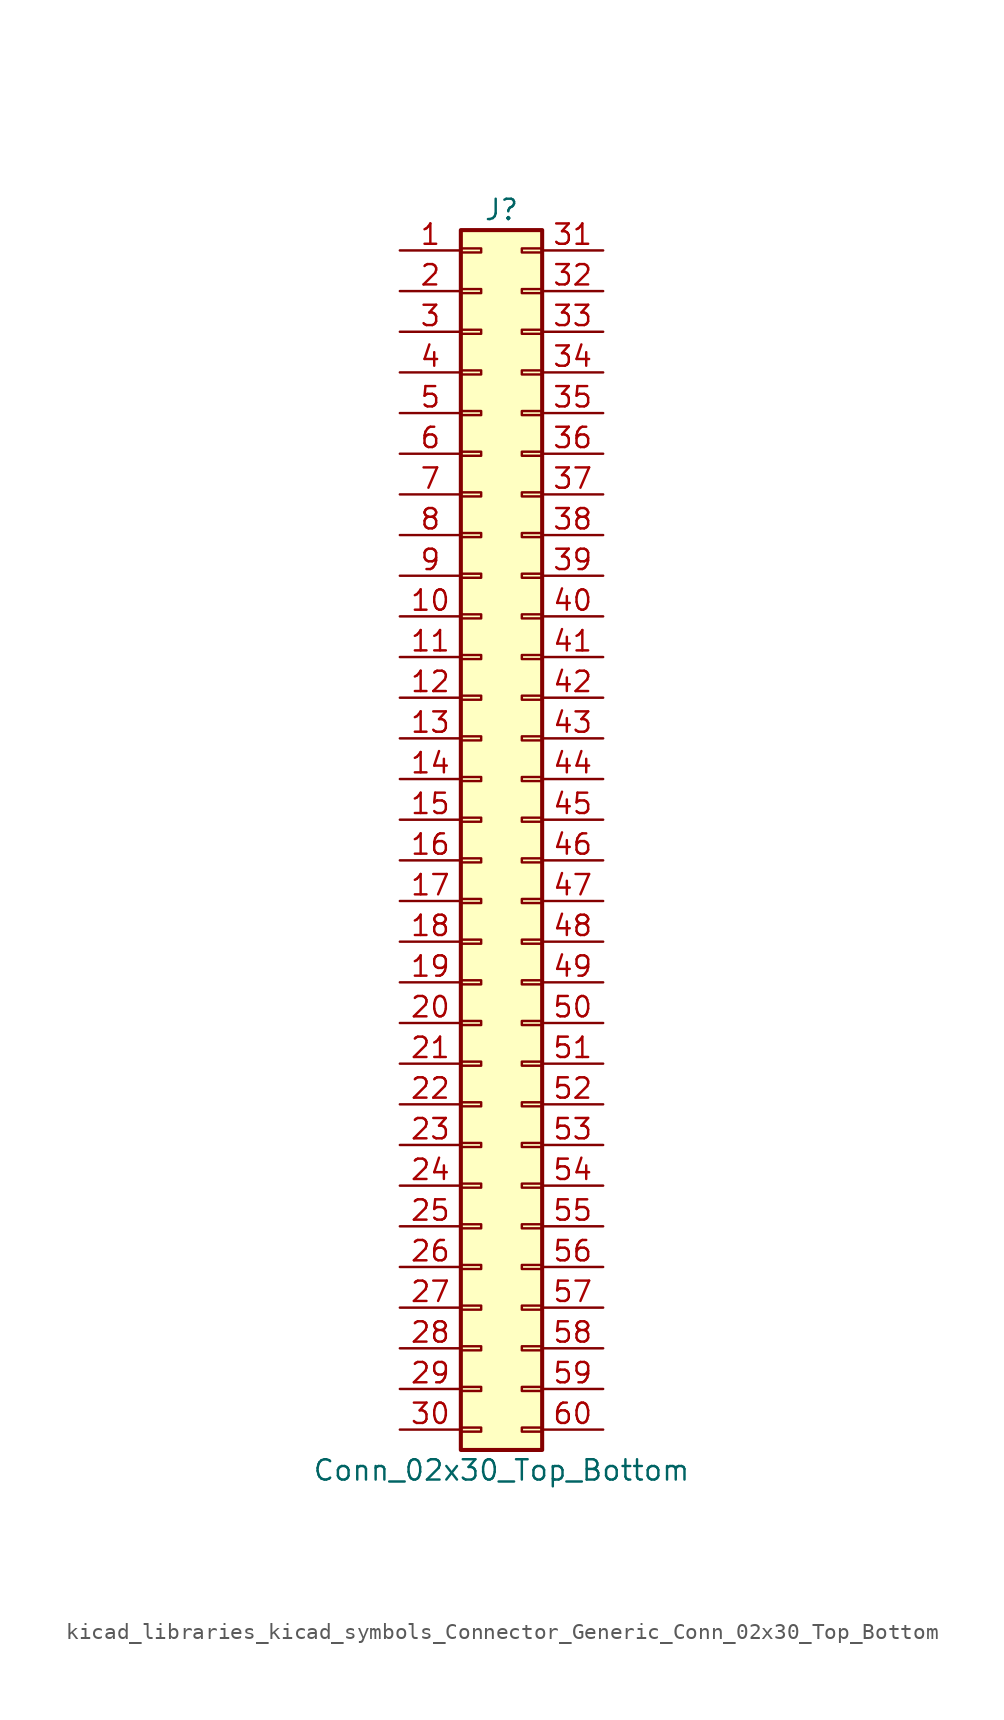
<source format=kicad_sym>
(kicad_symbol_lib
  (version 20220914)
  (generator kicad_symbol_editor)
  (symbol "kicad_libraries_kicad_symbols_Connector_Generic_Conn_02x30_Top_Bottom"
    (pin_names
      (offset 1.016) hide)
    (property "Reference" "J"
      (at 1.27 38.1 0)
      (effects (font (size 1.27 1.27))))
    (property "Value" "Conn_02x30_Top_Bottom"
      (at 1.27 -40.64 0)
      (effects (font (size 1.27 1.27))))
    (symbol "kicad_libraries_kicad_symbols_Connector_Generic_Conn_02x30_Top_Bottom_1_1"
      (rectangle (start -1.27 -37.973) (end 0 -38.227) (stroke (width 0.152) (type default)) (fill (type none)))
      (rectangle (start -1.27 -35.433) (end 0 -35.687) (stroke (width 0.152) (type default)) (fill (type none)))
      (rectangle (start -1.27 -32.893) (end 0 -33.147) (stroke (width 0.152) (type default)) (fill (type none)))
      (rectangle (start -1.27 -30.353) (end 0 -30.607) (stroke (width 0.152) (type default)) (fill (type none)))
      (rectangle (start -1.27 -27.813) (end 0 -28.067) (stroke (width 0.152) (type default)) (fill (type none)))
      (rectangle (start -1.27 -25.273) (end 0 -25.527) (stroke (width 0.152) (type default)) (fill (type none)))
      (rectangle (start -1.27 -22.733) (end 0 -22.987) (stroke (width 0.152) (type default)) (fill (type none)))
      (rectangle (start -1.27 -20.193) (end 0 -20.447) (stroke (width 0.152) (type default)) (fill (type none)))
      (rectangle (start -1.27 -17.653) (end 0 -17.907) (stroke (width 0.152) (type default)) (fill (type none)))
      (rectangle (start -1.27 -15.113) (end 0 -15.367) (stroke (width 0.152) (type default)) (fill (type none)))
      (rectangle (start -1.27 -12.573) (end 0 -12.827) (stroke (width 0.152) (type default)) (fill (type none)))
      (rectangle (start -1.27 -10.033) (end 0 -10.287) (stroke (width 0.152) (type default)) (fill (type none)))
      (rectangle (start -1.27 -7.493) (end 0 -7.747) (stroke (width 0.152) (type default)) (fill (type none)))
      (rectangle (start -1.27 -4.953) (end 0 -5.207) (stroke (width 0.152) (type default)) (fill (type none)))
      (rectangle (start -1.27 -2.413) (end 0 -2.667) (stroke (width 0.152) (type default)) (fill (type none)))
      (rectangle (start -1.27 0.127) (end 0 -0.127) (stroke (width 0.152) (type default)) (fill (type none)))
      (rectangle (start -1.27 2.667) (end 0 2.413) (stroke (width 0.152) (type default)) (fill (type none)))
      (rectangle (start -1.27 5.207) (end 0 4.953) (stroke (width 0.152) (type default)) (fill (type none)))
      (rectangle (start -1.27 7.747) (end 0 7.493) (stroke (width 0.152) (type default)) (fill (type none)))
      (rectangle (start -1.27 10.287) (end 0 10.033) (stroke (width 0.152) (type default)) (fill (type none)))
      (rectangle (start -1.27 12.827) (end 0 12.573) (stroke (width 0.152) (type default)) (fill (type none)))
      (rectangle (start -1.27 15.367) (end 0 15.113) (stroke (width 0.152) (type default)) (fill (type none)))
      (rectangle (start -1.27 17.907) (end 0 17.653) (stroke (width 0.152) (type default)) (fill (type none)))
      (rectangle (start -1.27 20.447) (end 0 20.193) (stroke (width 0.152) (type default)) (fill (type none)))
      (rectangle (start -1.27 22.987) (end 0 22.733) (stroke (width 0.152) (type default)) (fill (type none)))
      (rectangle (start -1.27 25.527) (end 0 25.273) (stroke (width 0.152) (type default)) (fill (type none)))
      (rectangle (start -1.27 28.067) (end 0 27.813) (stroke (width 0.152) (type default)) (fill (type none)))
      (rectangle (start -1.27 30.607) (end 0 30.353) (stroke (width 0.152) (type default)) (fill (type none)))
      (rectangle (start -1.27 33.147) (end 0 32.893) (stroke (width 0.152) (type default)) (fill (type none)))
      (rectangle (start -1.27 35.687) (end 0 35.433) (stroke (width 0.152) (type default)) (fill (type none)))
      (rectangle (start -1.27 36.83) (end 3.81 -39.37) (stroke (width 0.254) (type default)) (fill (type background)))
      (rectangle (start 3.81 -37.973) (end 2.54 -38.227) (stroke (width 0.152) (type default)) (fill (type none)))
      (rectangle (start 3.81 -35.433) (end 2.54 -35.687) (stroke (width 0.152) (type default)) (fill (type none)))
      (rectangle (start 3.81 -32.893) (end 2.54 -33.147) (stroke (width 0.152) (type default)) (fill (type none)))
      (rectangle (start 3.81 -30.353) (end 2.54 -30.607) (stroke (width 0.152) (type default)) (fill (type none)))
      (rectangle (start 3.81 -27.813) (end 2.54 -28.067) (stroke (width 0.152) (type default)) (fill (type none)))
      (rectangle (start 3.81 -25.273) (end 2.54 -25.527) (stroke (width 0.152) (type default)) (fill (type none)))
      (rectangle (start 3.81 -22.733) (end 2.54 -22.987) (stroke (width 0.152) (type default)) (fill (type none)))
      (rectangle (start 3.81 -20.193) (end 2.54 -20.447) (stroke (width 0.152) (type default)) (fill (type none)))
      (rectangle (start 3.81 -17.653) (end 2.54 -17.907) (stroke (width 0.152) (type default)) (fill (type none)))
      (rectangle (start 3.81 -15.113) (end 2.54 -15.367) (stroke (width 0.152) (type default)) (fill (type none)))
      (rectangle (start 3.81 -12.573) (end 2.54 -12.827) (stroke (width 0.152) (type default)) (fill (type none)))
      (rectangle (start 3.81 -10.033) (end 2.54 -10.287) (stroke (width 0.152) (type default)) (fill (type none)))
      (rectangle (start 3.81 -7.493) (end 2.54 -7.747) (stroke (width 0.152) (type default)) (fill (type none)))
      (rectangle (start 3.81 -4.953) (end 2.54 -5.207) (stroke (width 0.152) (type default)) (fill (type none)))
      (rectangle (start 3.81 -2.413) (end 2.54 -2.667) (stroke (width 0.152) (type default)) (fill (type none)))
      (rectangle (start 3.81 0.127) (end 2.54 -0.127) (stroke (width 0.152) (type default)) (fill (type none)))
      (rectangle (start 3.81 2.667) (end 2.54 2.413) (stroke (width 0.152) (type default)) (fill (type none)))
      (rectangle (start 3.81 5.207) (end 2.54 4.953) (stroke (width 0.152) (type default)) (fill (type none)))
      (rectangle (start 3.81 7.747) (end 2.54 7.493) (stroke (width 0.152) (type default)) (fill (type none)))
      (rectangle (start 3.81 10.287) (end 2.54 10.033) (stroke (width 0.152) (type default)) (fill (type none)))
      (rectangle (start 3.81 12.827) (end 2.54 12.573) (stroke (width 0.152) (type default)) (fill (type none)))
      (rectangle (start 3.81 15.367) (end 2.54 15.113) (stroke (width 0.152) (type default)) (fill (type none)))
      (rectangle (start 3.81 17.907) (end 2.54 17.653) (stroke (width 0.152) (type default)) (fill (type none)))
      (rectangle (start 3.81 20.447) (end 2.54 20.193) (stroke (width 0.152) (type default)) (fill (type none)))
      (rectangle (start 3.81 22.987) (end 2.54 22.733) (stroke (width 0.152) (type default)) (fill (type none)))
      (rectangle (start 3.81 25.527) (end 2.54 25.273) (stroke (width 0.152) (type default)) (fill (type none)))
      (rectangle (start 3.81 28.067) (end 2.54 27.813) (stroke (width 0.152) (type default)) (fill (type none)))
      (rectangle (start 3.81 30.607) (end 2.54 30.353) (stroke (width 0.152) (type default)) (fill (type none)))
      (rectangle (start 3.81 33.147) (end 2.54 32.893) (stroke (width 0.152) (type default)) (fill (type none)))
      (rectangle (start 3.81 35.687) (end 2.54 35.433) (stroke (width 0.152) (type default)) (fill (type none)))
      (pin passive line (at -5.08 35.56 0) (length 3.81) (name "Pin_1" (effects (font (size 1.27 1.27)))) (number "1" (effects (font (size 1.27 1.27)))))
      (pin passive line (at -5.08 12.7 0) (length 3.81) (name "Pin_10" (effects (font (size 1.27 1.27)))) (number "10" (effects (font (size 1.27 1.27)))))
      (pin passive line (at -5.08 10.16 0) (length 3.81) (name "Pin_11" (effects (font (size 1.27 1.27)))) (number "11" (effects (font (size 1.27 1.27)))))
      (pin passive line (at -5.08 7.62 0) (length 3.81) (name "Pin_12" (effects (font (size 1.27 1.27)))) (number "12" (effects (font (size 1.27 1.27)))))
      (pin passive line (at -5.08 5.08 0) (length 3.81) (name "Pin_13" (effects (font (size 1.27 1.27)))) (number "13" (effects (font (size 1.27 1.27)))))
      (pin passive line (at -5.08 2.54 0) (length 3.81) (name "Pin_14" (effects (font (size 1.27 1.27)))) (number "14" (effects (font (size 1.27 1.27)))))
      (pin passive line (at -5.08 0 0) (length 3.81) (name "Pin_15" (effects (font (size 1.27 1.27)))) (number "15" (effects (font (size 1.27 1.27)))))
      (pin passive line (at -5.08 -2.54 0) (length 3.81) (name "Pin_16" (effects (font (size 1.27 1.27)))) (number "16" (effects (font (size 1.27 1.27)))))
      (pin passive line (at -5.08 -5.08 0) (length 3.81) (name "Pin_17" (effects (font (size 1.27 1.27)))) (number "17" (effects (font (size 1.27 1.27)))))
      (pin passive line (at -5.08 -7.62 0) (length 3.81) (name "Pin_18" (effects (font (size 1.27 1.27)))) (number "18" (effects (font (size 1.27 1.27)))))
      (pin passive line (at -5.08 -10.16 0) (length 3.81) (name "Pin_19" (effects (font (size 1.27 1.27)))) (number "19" (effects (font (size 1.27 1.27)))))
      (pin passive line (at -5.08 33.02 0) (length 3.81) (name "Pin_2" (effects (font (size 1.27 1.27)))) (number "2" (effects (font (size 1.27 1.27)))))
      (pin passive line (at -5.08 -12.7 0) (length 3.81) (name "Pin_20" (effects (font (size 1.27 1.27)))) (number "20" (effects (font (size 1.27 1.27)))))
      (pin passive line (at -5.08 -15.24 0) (length 3.81) (name "Pin_21" (effects (font (size 1.27 1.27)))) (number "21" (effects (font (size 1.27 1.27)))))
      (pin passive line (at -5.08 -17.78 0) (length 3.81) (name "Pin_22" (effects (font (size 1.27 1.27)))) (number "22" (effects (font (size 1.27 1.27)))))
      (pin passive line (at -5.08 -20.32 0) (length 3.81) (name "Pin_23" (effects (font (size 1.27 1.27)))) (number "23" (effects (font (size 1.27 1.27)))))
      (pin passive line (at -5.08 -22.86 0) (length 3.81) (name "Pin_24" (effects (font (size 1.27 1.27)))) (number "24" (effects (font (size 1.27 1.27)))))
      (pin passive line (at -5.08 -25.4 0) (length 3.81) (name "Pin_25" (effects (font (size 1.27 1.27)))) (number "25" (effects (font (size 1.27 1.27)))))
      (pin passive line (at -5.08 -27.94 0) (length 3.81) (name "Pin_26" (effects (font (size 1.27 1.27)))) (number "26" (effects (font (size 1.27 1.27)))))
      (pin passive line (at -5.08 -30.48 0) (length 3.81) (name "Pin_27" (effects (font (size 1.27 1.27)))) (number "27" (effects (font (size 1.27 1.27)))))
      (pin passive line (at -5.08 -33.02 0) (length 3.81) (name "Pin_28" (effects (font (size 1.27 1.27)))) (number "28" (effects (font (size 1.27 1.27)))))
      (pin passive line (at -5.08 -35.56 0) (length 3.81) (name "Pin_29" (effects (font (size 1.27 1.27)))) (number "29" (effects (font (size 1.27 1.27)))))
      (pin passive line (at -5.08 30.48 0) (length 3.81) (name "Pin_3" (effects (font (size 1.27 1.27)))) (number "3" (effects (font (size 1.27 1.27)))))
      (pin passive line (at -5.08 -38.1 0) (length 3.81) (name "Pin_30" (effects (font (size 1.27 1.27)))) (number "30" (effects (font (size 1.27 1.27)))))
      (pin passive line (at 7.62 35.56 180) (length 3.81) (name "Pin_31" (effects (font (size 1.27 1.27)))) (number "31" (effects (font (size 1.27 1.27)))))
      (pin passive line (at 7.62 33.02 180) (length 3.81) (name "Pin_32" (effects (font (size 1.27 1.27)))) (number "32" (effects (font (size 1.27 1.27)))))
      (pin passive line (at 7.62 30.48 180) (length 3.81) (name "Pin_33" (effects (font (size 1.27 1.27)))) (number "33" (effects (font (size 1.27 1.27)))))
      (pin passive line (at 7.62 27.94 180) (length 3.81) (name "Pin_34" (effects (font (size 1.27 1.27)))) (number "34" (effects (font (size 1.27 1.27)))))
      (pin passive line (at 7.62 25.4 180) (length 3.81) (name "Pin_35" (effects (font (size 1.27 1.27)))) (number "35" (effects (font (size 1.27 1.27)))))
      (pin passive line (at 7.62 22.86 180) (length 3.81) (name "Pin_36" (effects (font (size 1.27 1.27)))) (number "36" (effects (font (size 1.27 1.27)))))
      (pin passive line (at 7.62 20.32 180) (length 3.81) (name "Pin_37" (effects (font (size 1.27 1.27)))) (number "37" (effects (font (size 1.27 1.27)))))
      (pin passive line (at 7.62 17.78 180) (length 3.81) (name "Pin_38" (effects (font (size 1.27 1.27)))) (number "38" (effects (font (size 1.27 1.27)))))
      (pin passive line (at 7.62 15.24 180) (length 3.81) (name "Pin_39" (effects (font (size 1.27 1.27)))) (number "39" (effects (font (size 1.27 1.27)))))
      (pin passive line (at -5.08 27.94 0) (length 3.81) (name "Pin_4" (effects (font (size 1.27 1.27)))) (number "4" (effects (font (size 1.27 1.27)))))
      (pin passive line (at 7.62 12.7 180) (length 3.81) (name "Pin_40" (effects (font (size 1.27 1.27)))) (number "40" (effects (font (size 1.27 1.27)))))
      (pin passive line (at 7.62 10.16 180) (length 3.81) (name "Pin_41" (effects (font (size 1.27 1.27)))) (number "41" (effects (font (size 1.27 1.27)))))
      (pin passive line (at 7.62 7.62 180) (length 3.81) (name "Pin_42" (effects (font (size 1.27 1.27)))) (number "42" (effects (font (size 1.27 1.27)))))
      (pin passive line (at 7.62 5.08 180) (length 3.81) (name "Pin_43" (effects (font (size 1.27 1.27)))) (number "43" (effects (font (size 1.27 1.27)))))
      (pin passive line (at 7.62 2.54 180) (length 3.81) (name "Pin_44" (effects (font (size 1.27 1.27)))) (number "44" (effects (font (size 1.27 1.27)))))
      (pin passive line (at 7.62 0 180) (length 3.81) (name "Pin_45" (effects (font (size 1.27 1.27)))) (number "45" (effects (font (size 1.27 1.27)))))
      (pin passive line (at 7.62 -2.54 180) (length 3.81) (name "Pin_46" (effects (font (size 1.27 1.27)))) (number "46" (effects (font (size 1.27 1.27)))))
      (pin passive line (at 7.62 -5.08 180) (length 3.81) (name "Pin_47" (effects (font (size 1.27 1.27)))) (number "47" (effects (font (size 1.27 1.27)))))
      (pin passive line (at 7.62 -7.62 180) (length 3.81) (name "Pin_48" (effects (font (size 1.27 1.27)))) (number "48" (effects (font (size 1.27 1.27)))))
      (pin passive line (at 7.62 -10.16 180) (length 3.81) (name "Pin_49" (effects (font (size 1.27 1.27)))) (number "49" (effects (font (size 1.27 1.27)))))
      (pin passive line (at -5.08 25.4 0) (length 3.81) (name "Pin_5" (effects (font (size 1.27 1.27)))) (number "5" (effects (font (size 1.27 1.27)))))
      (pin passive line (at 7.62 -12.7 180) (length 3.81) (name "Pin_50" (effects (font (size 1.27 1.27)))) (number "50" (effects (font (size 1.27 1.27)))))
      (pin passive line (at 7.62 -15.24 180) (length 3.81) (name "Pin_51" (effects (font (size 1.27 1.27)))) (number "51" (effects (font (size 1.27 1.27)))))
      (pin passive line (at 7.62 -17.78 180) (length 3.81) (name "Pin_52" (effects (font (size 1.27 1.27)))) (number "52" (effects (font (size 1.27 1.27)))))
      (pin passive line (at 7.62 -20.32 180) (length 3.81) (name "Pin_53" (effects (font (size 1.27 1.27)))) (number "53" (effects (font (size 1.27 1.27)))))
      (pin passive line (at 7.62 -22.86 180) (length 3.81) (name "Pin_54" (effects (font (size 1.27 1.27)))) (number "54" (effects (font (size 1.27 1.27)))))
      (pin passive line (at 7.62 -25.4 180) (length 3.81) (name "Pin_55" (effects (font (size 1.27 1.27)))) (number "55" (effects (font (size 1.27 1.27)))))
      (pin passive line (at 7.62 -27.94 180) (length 3.81) (name "Pin_56" (effects (font (size 1.27 1.27)))) (number "56" (effects (font (size 1.27 1.27)))))
      (pin passive line (at 7.62 -30.48 180) (length 3.81) (name "Pin_57" (effects (font (size 1.27 1.27)))) (number "57" (effects (font (size 1.27 1.27)))))
      (pin passive line (at 7.62 -33.02 180) (length 3.81) (name "Pin_58" (effects (font (size 1.27 1.27)))) (number "58" (effects (font (size 1.27 1.27)))))
      (pin passive line (at 7.62 -35.56 180) (length 3.81) (name "Pin_59" (effects (font (size 1.27 1.27)))) (number "59" (effects (font (size 1.27 1.27)))))
      (pin passive line (at -5.08 22.86 0) (length 3.81) (name "Pin_6" (effects (font (size 1.27 1.27)))) (number "6" (effects (font (size 1.27 1.27)))))
      (pin passive line (at 7.62 -38.1 180) (length 3.81) (name "Pin_60" (effects (font (size 1.27 1.27)))) (number "60" (effects (font (size 1.27 1.27)))))
      (pin passive line (at -5.08 20.32 0) (length 3.81) (name "Pin_7" (effects (font (size 1.27 1.27)))) (number "7" (effects (font (size 1.27 1.27)))))
      (pin passive line (at -5.08 17.78 0) (length 3.81) (name "Pin_8" (effects (font (size 1.27 1.27)))) (number "8" (effects (font (size 1.27 1.27)))))
      (pin passive line (at -5.08 15.24 0) (length 3.81) (name "Pin_9" (effects (font (size 1.27 1.27)))) (number "9" (effects (font (size 1.27 1.27))))))))
</source>
